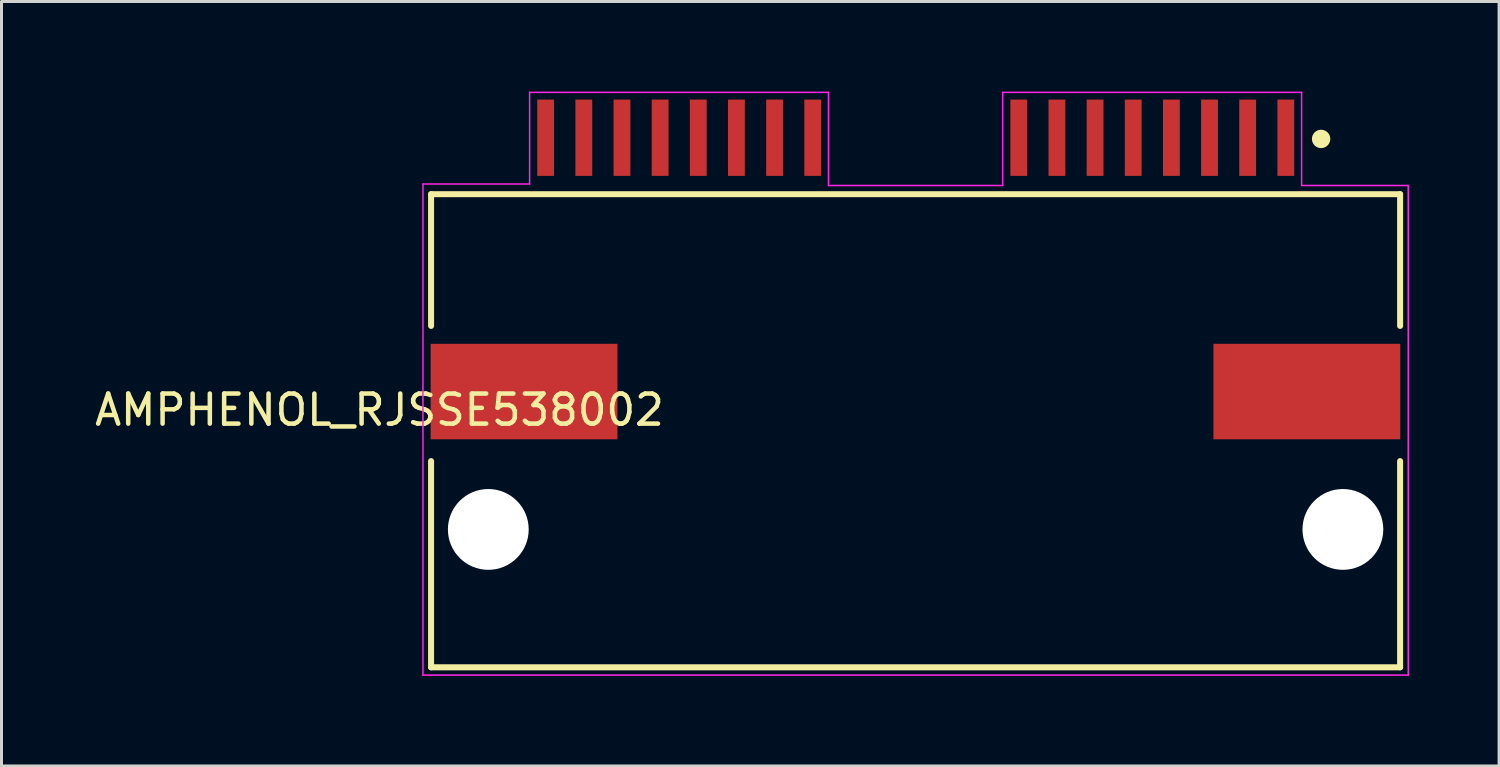
<source format=kicad_pcb>
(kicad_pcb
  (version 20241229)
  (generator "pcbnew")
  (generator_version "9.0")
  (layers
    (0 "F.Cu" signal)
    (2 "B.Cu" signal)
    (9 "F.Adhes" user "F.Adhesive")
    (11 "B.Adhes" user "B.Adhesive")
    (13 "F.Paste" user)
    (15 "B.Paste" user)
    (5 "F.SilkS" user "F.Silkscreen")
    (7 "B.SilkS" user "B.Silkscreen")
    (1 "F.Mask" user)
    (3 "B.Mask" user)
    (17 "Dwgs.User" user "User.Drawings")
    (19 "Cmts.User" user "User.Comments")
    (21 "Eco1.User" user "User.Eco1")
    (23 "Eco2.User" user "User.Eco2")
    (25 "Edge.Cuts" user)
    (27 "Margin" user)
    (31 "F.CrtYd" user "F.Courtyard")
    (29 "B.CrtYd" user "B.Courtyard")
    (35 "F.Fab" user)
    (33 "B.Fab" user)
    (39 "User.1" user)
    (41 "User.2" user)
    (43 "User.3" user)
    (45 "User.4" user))
  (footprint "AMPHENOL_RJSSE538002"
    (layer "F.Cu")
    (at 27.431 14.575)
    (property "Reference" "AMPHENOL_RJSSE538002" (at -17.847 -3.978 180) (layer "F.SilkS") (effects (font (size 1.001 1.001) (thickness 0.15))))
    (attr smd)
    (fp_line (start -16.13 -11.16) (end -16.13 -6.775) (stroke (width 0.2) (type solid)) (layer "F.SilkS"))
    (fp_line (start -16.13 -2.275) (end -16.13 4.59) (stroke (width 0.2) (type solid)) (layer "F.SilkS"))
    (fp_line (start -16.13 4.59) (end 16.13 4.59) (stroke (width 0.2) (type solid)) (layer "F.SilkS"))
    (fp_line (start 16.13 -11.16) (end -16.13 -11.16) (stroke (width 0.2) (type solid)) (layer "F.SilkS"))
    (fp_line (start 16.13 -6.775) (end 16.13 -11.16) (stroke (width 0.2) (type solid)) (layer "F.SilkS"))
    (fp_line (start 16.13 4.59) (end 16.13 -2.275) (stroke (width 0.2) (type solid)) (layer "F.SilkS"))
    (fp_circle (center 13.5 -13) (end 13.706 -13) (stroke (width 0.2) (type solid)) (fill no) (layer "F.SilkS"))
    (fp_poly (pts (xy 13.376 -13.2) (xy 13.65 -13.2) (xy 13.65 -12.825) (xy 13.376 -12.825)) (stroke (width 0.01) (type solid)) (fill yes) (layer "F.SilkS"))
    (fp_line (start -16.4 -11.5) (end -12.85 -11.5) (stroke (width 0.05) (type solid)) (layer "F.CrtYd"))
    (fp_line (start -16.4 4.85) (end -16.4 -11.5) (stroke (width 0.05) (type solid)) (layer "F.CrtYd"))
    (fp_line (start -12.85 -14.55) (end -2.9 -14.55) (stroke (width 0.05) (type solid)) (layer "F.CrtYd"))
    (fp_line (start -12.85 -11.5) (end -12.85 -14.55) (stroke (width 0.05) (type solid)) (layer "F.CrtYd"))
    (fp_line (start -2.9 -14.55) (end -2.9 -11.45) (stroke (width 0.05) (type solid)) (layer "F.CrtYd"))
    (fp_line (start -2.9 -11.45) (end 2.9 -11.45) (stroke (width 0.05) (type solid)) (layer "F.CrtYd"))
    (fp_line (start 2.9 -14.55) (end 2.9 -11.45) (stroke (width 0.05) (type solid)) (layer "F.CrtYd"))
    (fp_line (start 2.9 -14.55) (end 12.85 -14.55) (stroke (width 0.05) (type solid)) (layer "F.CrtYd"))
    (fp_line (start 12.85 -14.55) (end 12.85 -11.45) (stroke (width 0.05) (type solid)) (layer "F.CrtYd"))
    (fp_line (start 12.85 -11.45) (end 16.4 -11.45) (stroke (width 0.05) (type solid)) (layer "F.CrtYd"))
    (fp_line (start 16.4 -11.45) (end 16.4 4.85) (stroke (width 0.05) (type solid)) (layer "F.CrtYd"))
    (fp_line (start 16.4 4.85) (end -16.4 4.85) (stroke (width 0.05) (type solid)) (layer "F.CrtYd"))
    (pad "" np_thru_hole circle (at -14.225 0) (size 2.69 2.69) (drill 2.69) (layers "*.Cu" "*.Mask"))
    (pad "" np_thru_hole circle (at 14.225 0) (size 2.69 2.69) (drill 2.69) (layers "*.Cu" "*.Mask"))
    (pad "1" smd rect (at 12.325 -13.04) (size 0.56 2.54) (layers "F.Cu" "F.Mask" "F.Paste"))
    (pad "2" smd rect (at 11.055 -13.04) (size 0.56 2.54) (layers "F.Cu" "F.Mask" "F.Paste"))
    (pad "3" smd rect (at 9.785 -13.04) (size 0.56 2.54) (layers "F.Cu" "F.Mask" "F.Paste"))
    (pad "4" smd rect (at 8.515 -13.04) (size 0.56 2.54) (layers "F.Cu" "F.Mask" "F.Paste"))
    (pad "5" smd rect (at 7.245 -13.04) (size 0.56 2.54) (layers "F.Cu" "F.Mask" "F.Paste"))
    (pad "6" smd rect (at 5.975 -13.04) (size 0.56 2.54) (layers "F.Cu" "F.Mask" "F.Paste"))
    (pad "7" smd rect (at 4.705 -13.04) (size 0.56 2.54) (layers "F.Cu" "F.Mask" "F.Paste"))
    (pad "8" smd rect (at 3.435 -13.04) (size 0.56 2.54) (layers "F.Cu" "F.Mask" "F.Paste"))
    (pad "9" smd rect (at -3.425 -13.04) (size 0.56 2.54) (layers "F.Cu" "F.Mask" "F.Paste"))
    (pad "10" smd rect (at -4.695 -13.04) (size 0.56 2.54) (layers "F.Cu" "F.Mask" "F.Paste"))
    (pad "11" smd rect (at -5.965 -13.04) (size 0.56 2.54) (layers "F.Cu" "F.Mask" "F.Paste"))
    (pad "12" smd rect (at -7.235 -13.04) (size 0.56 2.54) (layers "F.Cu" "F.Mask" "F.Paste"))
    (pad "13" smd rect (at -8.505 -13.04) (size 0.56 2.54) (layers "F.Cu" "F.Mask" "F.Paste"))
    (pad "14" smd rect (at -9.775 -13.04) (size 0.56 2.54) (layers "F.Cu" "F.Mask" "F.Paste"))
    (pad "15" smd rect (at -11.045 -13.04) (size 0.56 2.54) (layers "F.Cu" "F.Mask" "F.Paste"))
    (pad "16" smd rect (at -12.315 -13.04) (size 0.56 2.54) (layers "F.Cu" "F.Mask" "F.Paste"))
    (pad "17" smd rect (at -13.035 -4.59) (size 6.22 3.18) (layers "F.Cu" "F.Mask" "F.Paste"))
    (pad "18" smd rect (at 13.025 -4.59) (size 6.22 3.18) (layers "F.Cu" "F.Mask" "F.Paste")))
  (gr_rect
    (start -3 -3)
    (end 46.856 22.45)
    (stroke (width 0.1) (type default))
    (fill no)
    (layer "Edge.Cuts")))
</source>
